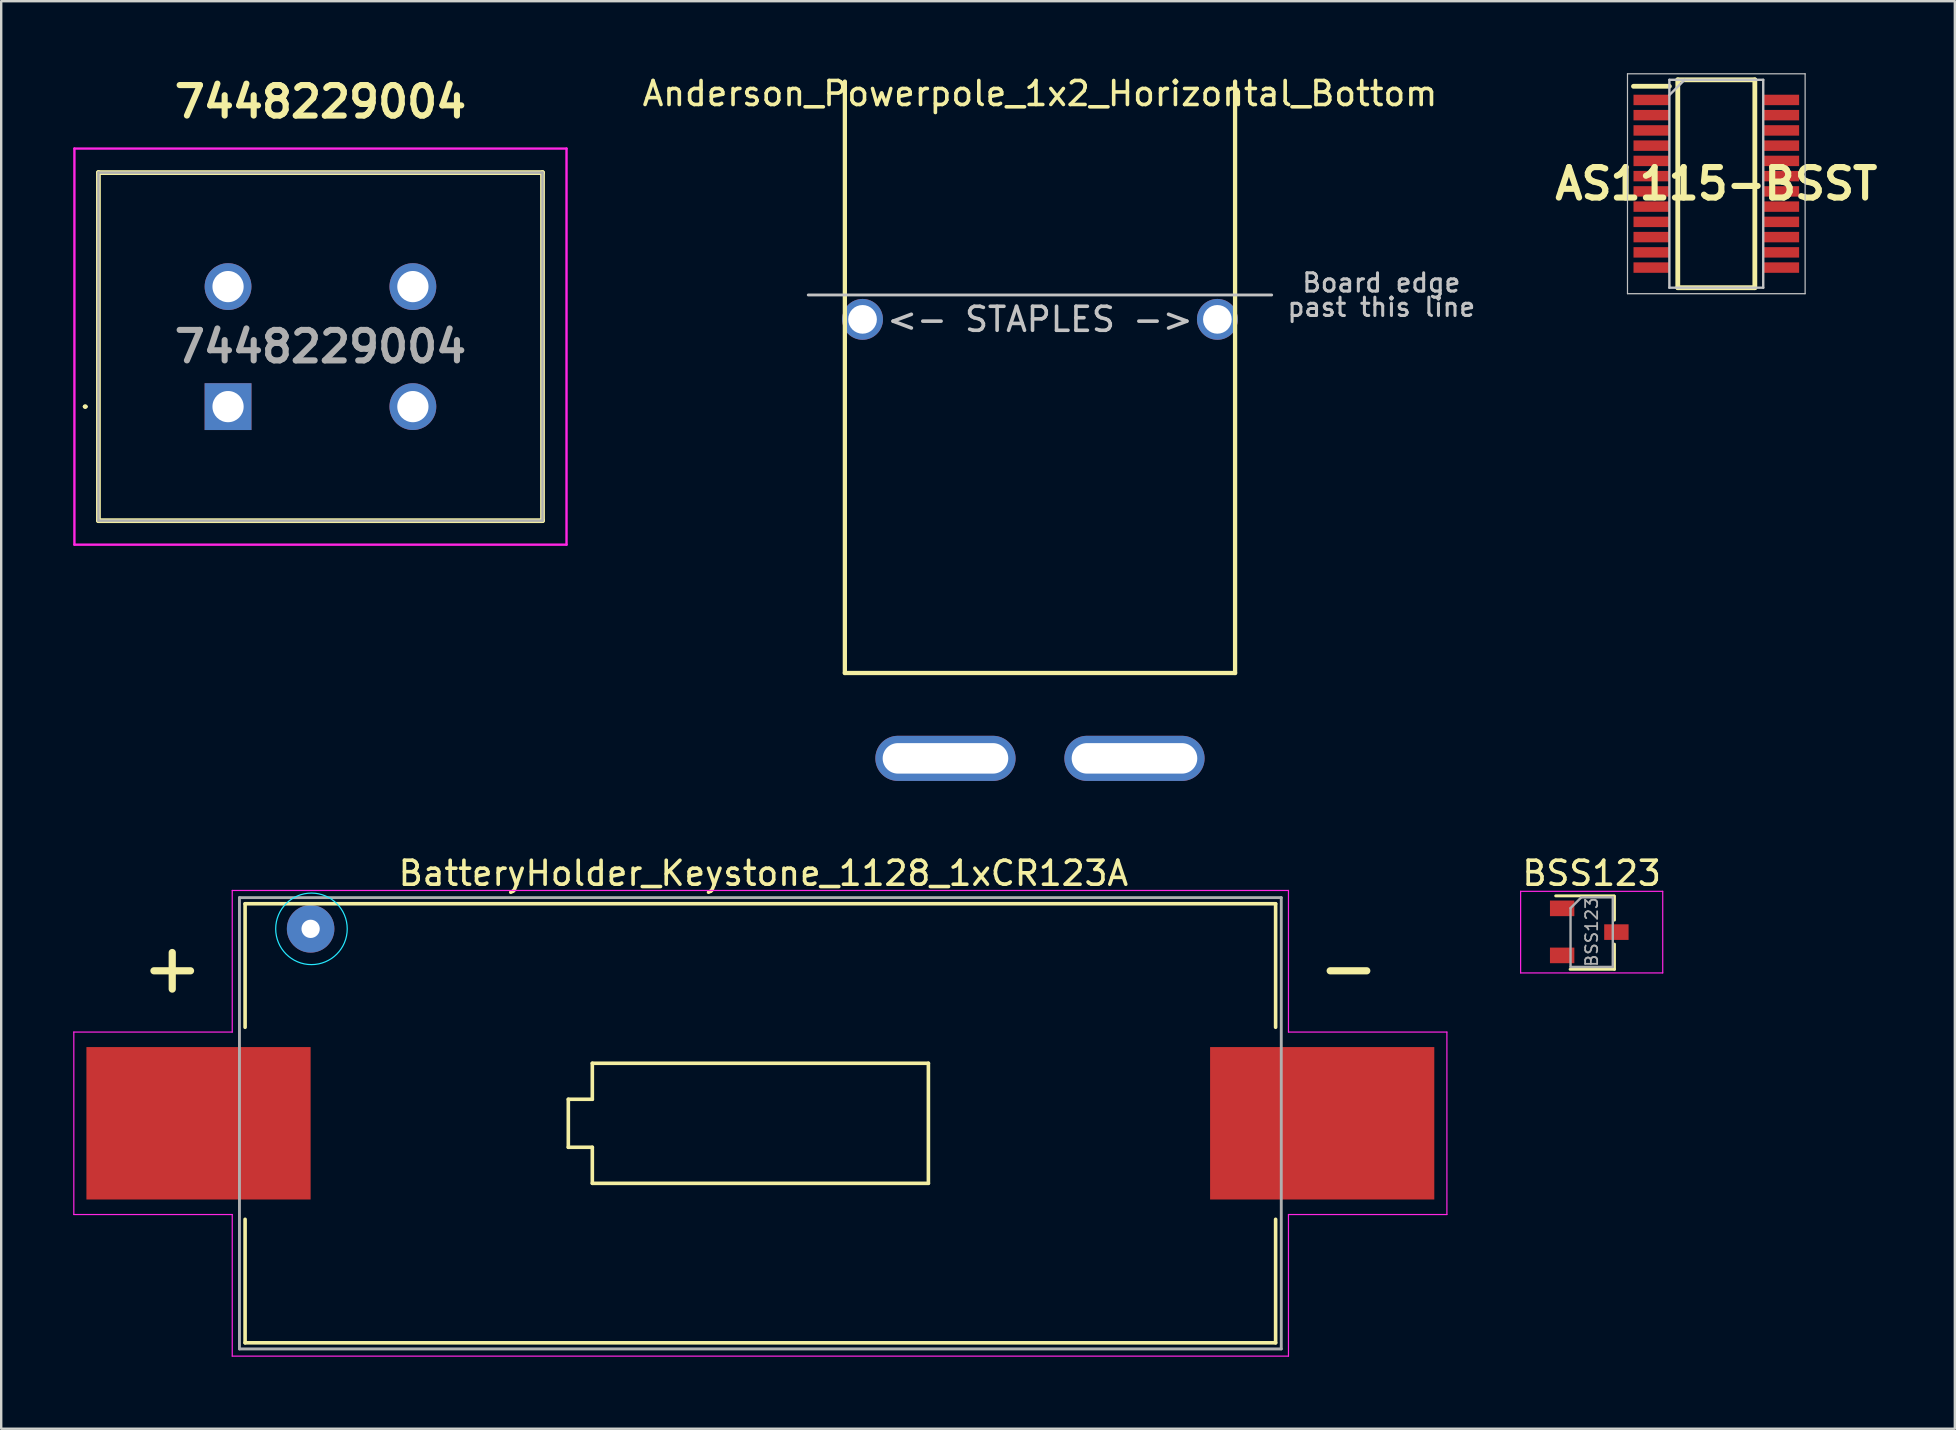
<source format=kicad_pcb>
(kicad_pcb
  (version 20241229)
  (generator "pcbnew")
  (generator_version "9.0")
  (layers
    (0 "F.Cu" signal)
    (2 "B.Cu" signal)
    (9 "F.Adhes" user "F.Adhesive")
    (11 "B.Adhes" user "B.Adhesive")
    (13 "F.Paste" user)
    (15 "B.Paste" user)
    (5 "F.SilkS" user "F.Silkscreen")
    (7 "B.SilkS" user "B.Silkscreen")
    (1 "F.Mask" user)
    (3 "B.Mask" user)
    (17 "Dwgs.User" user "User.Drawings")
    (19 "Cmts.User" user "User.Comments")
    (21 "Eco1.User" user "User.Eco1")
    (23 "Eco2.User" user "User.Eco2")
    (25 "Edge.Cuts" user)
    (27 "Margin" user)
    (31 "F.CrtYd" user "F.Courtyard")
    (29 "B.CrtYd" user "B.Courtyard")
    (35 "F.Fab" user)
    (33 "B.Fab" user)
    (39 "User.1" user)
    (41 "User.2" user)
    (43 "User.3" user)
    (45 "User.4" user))
  (footprint "AS1115-BSST"
    (layer "F.Cu")
    (at 68.448 4.605)
    (property "Reference" "AS1115-BSST" (at 0 0 0) (layer "F.SilkS") (effects (font (size 1.27 1.27) (thickness 0.254))))
    (attr smd)
    (fp_line (start -3.45 -4.06) (end -1.955 -4.06) (stroke (width 0.2) (type solid)) (layer "F.SilkS"))
    (fp_line (start -1.605 -4.33) (end 1.605 -4.33) (stroke (width 0.2) (type solid)) (layer "F.SilkS"))
    (fp_line (start -1.605 4.33) (end -1.605 -4.33) (stroke (width 0.2) (type solid)) (layer "F.SilkS"))
    (fp_line (start 1.605 -4.33) (end 1.605 4.33) (stroke (width 0.2) (type solid)) (layer "F.SilkS"))
    (fp_line (start 1.605 4.33) (end -1.605 4.33) (stroke (width 0.2) (type solid)) (layer "F.SilkS"))
    (fp_line (start -3.7 -4.58) (end 3.7 -4.58) (stroke (width 0.05) (type solid)) (layer "Dwgs.User"))
    (fp_line (start -3.7 4.58) (end -3.7 -4.58) (stroke (width 0.05) (type solid)) (layer "Dwgs.User"))
    (fp_line (start -1.955 -4.33) (end 1.955 -4.33) (stroke (width 0.1) (type solid)) (layer "Dwgs.User"))
    (fp_line (start -1.955 -3.695) (end -1.32 -4.33) (stroke (width 0.1) (type solid)) (layer "Dwgs.User"))
    (fp_line (start -1.955 4.33) (end -1.955 -4.33) (stroke (width 0.1) (type solid)) (layer "Dwgs.User"))
    (fp_line (start 1.955 -4.33) (end 1.955 4.33) (stroke (width 0.1) (type solid)) (layer "Dwgs.User"))
    (fp_line (start 1.955 4.33) (end -1.955 4.33) (stroke (width 0.1) (type solid)) (layer "Dwgs.User"))
    (fp_line (start 3.7 -4.58) (end 3.7 4.58) (stroke (width 0.05) (type solid)) (layer "Dwgs.User"))
    (fp_line (start 3.7 4.58) (end -3.7 4.58) (stroke (width 0.05) (type solid)) (layer "Dwgs.User"))
    (pad "1" smd rect (at -2.702 -3.492 90) (size 0.435 1.495) (layers "F.Cu" "F.Mask" "F.Paste"))
    (pad "2" smd rect (at -2.702 -2.858 90) (size 0.435 1.495) (layers "F.Cu" "F.Mask" "F.Paste"))
    (pad "3" smd rect (at -2.702 -2.222 90) (size 0.435 1.495) (layers "F.Cu" "F.Mask" "F.Paste"))
    (pad "4" smd rect (at -2.702 -1.588 90) (size 0.435 1.495) (layers "F.Cu" "F.Mask" "F.Paste"))
    (pad "5" smd rect (at -2.702 -0.952 90) (size 0.435 1.495) (layers "F.Cu" "F.Mask" "F.Paste"))
    (pad "6" smd rect (at -2.702 -0.318 90) (size 0.435 1.495) (layers "F.Cu" "F.Mask" "F.Paste"))
    (pad "7" smd rect (at -2.702 0.318 90) (size 0.435 1.495) (layers "F.Cu" "F.Mask" "F.Paste"))
    (pad "8" smd rect (at -2.702 0.952 90) (size 0.435 1.495) (layers "F.Cu" "F.Mask" "F.Paste"))
    (pad "9" smd rect (at -2.702 1.588 90) (size 0.435 1.495) (layers "F.Cu" "F.Mask" "F.Paste"))
    (pad "10" smd rect (at -2.702 2.222 90) (size 0.435 1.495) (layers "F.Cu" "F.Mask" "F.Paste"))
    (pad "11" smd rect (at -2.702 2.858 90) (size 0.435 1.495) (layers "F.Cu" "F.Mask" "F.Paste"))
    (pad "12" smd rect (at -2.702 3.492 90) (size 0.435 1.495) (layers "F.Cu" "F.Mask" "F.Paste"))
    (pad "13" smd rect (at 2.702 3.492 90) (size 0.435 1.495) (layers "F.Cu" "F.Mask" "F.Paste"))
    (pad "14" smd rect (at 2.702 2.858 90) (size 0.435 1.495) (layers "F.Cu" "F.Mask" "F.Paste"))
    (pad "15" smd rect (at 2.702 2.222 90) (size 0.435 1.495) (layers "F.Cu" "F.Mask" "F.Paste"))
    (pad "16" smd rect (at 2.702 1.588 90) (size 0.435 1.495) (layers "F.Cu" "F.Mask" "F.Paste"))
    (pad "17" smd rect (at 2.702 0.952 90) (size 0.435 1.495) (layers "F.Cu" "F.Mask" "F.Paste"))
    (pad "18" smd rect (at 2.702 0.318 90) (size 0.435 1.495) (layers "F.Cu" "F.Mask" "F.Paste"))
    (pad "19" smd rect (at 2.702 -0.318 90) (size 0.435 1.495) (layers "F.Cu" "F.Mask" "F.Paste"))
    (pad "20" smd rect (at 2.702 -0.952 90) (size 0.435 1.495) (layers "F.Cu" "F.Mask" "F.Paste"))
    (pad "21" smd rect (at 2.702 -1.588 90) (size 0.435 1.495) (layers "F.Cu" "F.Mask" "F.Paste"))
    (pad "22" smd rect (at 2.702 -2.222 90) (size 0.435 1.495) (layers "F.Cu" "F.Mask" "F.Paste"))
    (pad "23" smd rect (at 2.702 -2.858 90) (size 0.435 1.495) (layers "F.Cu" "F.Mask" "F.Paste"))
    (pad "24" smd rect (at 2.702 -3.492 90) (size 0.435 1.495) (layers "F.Cu" "F.Mask" "F.Paste")))
  (footprint "Anderson_Powerpole_1x2_Horizontal_Bottom"
    (layer "F.Cu")
    (at 40.273 0.348)
    (property "Reference" "Anderson_Powerpole_1x2_Horizontal_Bottom" (at 0 0.5 0) (layer "F.SilkS") (effects (font (size 1 1) (thickness 0.15))))
    (attr through_hole)
    (fp_line (start -8.128 0) (end -8.128 24.638) (stroke (width 0.178) (type solid)) (layer "F.SilkS"))
    (fp_line (start 8.128 0) (end 8.128 24.638) (stroke (width 0.178) (type solid)) (layer "F.SilkS"))
    (fp_line (start 8.128 24.638) (end -8.128 24.638) (stroke (width 0.178) (type solid)) (layer "F.SilkS"))
    (fp_line (start -9.652 8.89) (end 9.652 8.89) (stroke (width 0.12) (type solid)) (layer "Dwgs.User"))
    (fp_text user "past this line" (at 14.224 9.398 0) (layer "Dwgs.User") (effects (font (size 0.762 0.762) (thickness 0.127))))
    (fp_text user "Board edge" (at 14.224 8.382 0) (layer "Dwgs.User") (effects (font (size 0.762 0.762) (thickness 0.127))))
    (fp_text user "<- STAPLES ->" (at 0 9.906 0) (layer "Dwgs.User") (effects (font (size 1 1) (thickness 0.15))))
    (pad "" thru_hole circle (at -7.391 9.906) (size 1.702 1.702) (drill 1.194) (layers "*.Cu" "*.Mask"))
    (pad "" thru_hole circle (at 7.391 9.906) (size 1.702 1.702) (drill 1.194) (layers "*.Cu" "*.Mask"))
    (pad "1" thru_hole oval (at -3.937 28.194) (size 5.842 1.88) (drill oval 5.232 1.27) (layers "*.Cu" "*.Mask"))
    (pad "2" thru_hole oval (at 3.937 28.194) (size 5.842 1.88) (drill oval 5.232 1.27) (layers "*.Cu" "*.Mask")))
  (footprint "BatteryHolder_Keystone_1128_1xCR123A"
    (layer "F.Cu")
    (at 28.625 43.744)
    (property "Reference" "BatteryHolder_Keystone_1128_1xCR123A" (at 0.127 -10.414 0) (layer "F.SilkS") (effects (font (size 1 1) (thickness 0.15))))
    (attr through_hole)
    (fp_line (start -21.465 -9.145) (end -21.465 -4) (stroke (width 0.15) (type solid)) (layer "F.SilkS"))
    (fp_line (start -21.465 -9.145) (end 21.465 -9.145) (stroke (width 0.15) (type solid)) (layer "F.SilkS"))
    (fp_line (start -21.465 9.145) (end -21.465 4) (stroke (width 0.15) (type solid)) (layer "F.SilkS"))
    (fp_line (start -21.465 9.145) (end 21.465 9.145) (stroke (width 0.15) (type solid)) (layer "F.SilkS"))
    (fp_line (start -8 -1) (end -7 -1) (stroke (width 0.15) (type solid)) (layer "F.SilkS"))
    (fp_line (start -8 1) (end -8 -1) (stroke (width 0.15) (type solid)) (layer "F.SilkS"))
    (fp_line (start -7 -2.5) (end 7 -2.5) (stroke (width 0.15) (type solid)) (layer "F.SilkS"))
    (fp_line (start -7 -1) (end -7 -2.5) (stroke (width 0.15) (type solid)) (layer "F.SilkS"))
    (fp_line (start -7 1) (end -8 1) (stroke (width 0.15) (type solid)) (layer "F.SilkS"))
    (fp_line (start -7 2.5) (end -7 1) (stroke (width 0.15) (type solid)) (layer "F.SilkS"))
    (fp_line (start 7 -2.5) (end 7 2.5) (stroke (width 0.15) (type solid)) (layer "F.SilkS"))
    (fp_line (start 7 2.5) (end -7 2.5) (stroke (width 0.15) (type solid)) (layer "F.SilkS"))
    (fp_line (start 21.465 -9.145) (end 21.465 -4) (stroke (width 0.15) (type solid)) (layer "F.SilkS"))
    (fp_line (start 21.465 4) (end 21.465 9.145) (stroke (width 0.15) (type solid)) (layer "F.SilkS"))
    (fp_circle (center -18.7 -8.1) (end -17.21 -8.1) (stroke (width 0.05) (type solid)) (fill no) (layer "B.CrtYd"))
    (fp_line (start -28.6 -3.8) (end -28.6 3.8) (stroke (width 0.05) (type solid)) (layer "F.CrtYd"))
    (fp_line (start -28.6 3.8) (end -22 3.8) (stroke (width 0.05) (type solid)) (layer "F.CrtYd"))
    (fp_line (start -22 -9.7) (end -22 -3.8) (stroke (width 0.05) (type solid)) (layer "F.CrtYd"))
    (fp_line (start -22 -3.8) (end -28.6 -3.8) (stroke (width 0.05) (type solid)) (layer "F.CrtYd"))
    (fp_line (start -22 3.8) (end -22 9.7) (stroke (width 0.05) (type solid)) (layer "F.CrtYd"))
    (fp_line (start 22 -9.7) (end -22 -9.7) (stroke (width 0.05) (type solid)) (layer "F.CrtYd"))
    (fp_line (start 22 -3.8) (end 22 -9.7) (stroke (width 0.05) (type solid)) (layer "F.CrtYd"))
    (fp_line (start 22 3.8) (end 28.6 3.8) (stroke (width 0.05) (type solid)) (layer "F.CrtYd"))
    (fp_line (start 22 9.7) (end -22 9.7) (stroke (width 0.05) (type solid)) (layer "F.CrtYd"))
    (fp_line (start 22 9.7) (end 22 3.8) (stroke (width 0.05) (type solid)) (layer "F.CrtYd"))
    (fp_line (start 28.6 -3.8) (end 22 -3.8) (stroke (width 0.05) (type solid)) (layer "F.CrtYd"))
    (fp_line (start 28.6 3.8) (end 28.6 -3.8) (stroke (width 0.05) (type solid)) (layer "F.CrtYd"))
    (fp_line (start -21.7 -9.4) (end 21.7 -9.4) (stroke (width 0.12) (type solid)) (layer "F.Fab"))
    (fp_line (start -21.7 9.4) (end -21.7 -9.4) (stroke (width 0.12) (type solid)) (layer "F.Fab"))
    (fp_line (start 21.7 -9.4) (end 21.7 9.4) (stroke (width 0.12) (type solid)) (layer "F.Fab"))
    (fp_line (start 21.7 9.4) (end -21.7 9.4) (stroke (width 0.12) (type solid)) (layer "F.Fab"))
    (fp_text user "-" (at 24.5 -6.5 0) (layer "F.SilkS") (effects (font (size 2 2) (thickness 0.3))))
    (fp_text user "+" (at -24.5 -6.5 0) (layer "F.SilkS") (effects (font (size 2 2) (thickness 0.3))))
    (pad "" np_thru_hole circle (at -18.735 -8.1) (size 1.98 1.98) (drill 0.762) (layers "*.Cu" "*.Mask"))
    (pad "1" smd rect (at -23.405 0) (size 9.34 6.35) (layers "F.Cu" "F.Mask" "F.Paste"))
    (pad "2" smd rect (at 23.405 0) (size 9.34 6.35) (layers "F.Cu" "F.Mask" "F.Paste")))
  (footprint "7448229004"
    (layer "F.Cu")
    (at 6.45 13.889)
    (property "Reference" "7448229004" (at 3.85 -12.7 0) (layer "F.SilkS") (effects (font (size 1.27 1.27) (thickness 0.254))))
    (attr through_hole)
    (fp_line (start -6 0) (end -6 0) (stroke (width 0.1) (type solid)) (layer "F.SilkS"))
    (fp_line (start -5.9 0) (end -5.9 0) (stroke (width 0.1) (type solid)) (layer "F.SilkS"))
    (fp_line (start -5.4 -9.75) (end 13.1 -9.75) (stroke (width 0.2) (type solid)) (layer "F.SilkS"))
    (fp_line (start -5.4 4.75) (end -5.4 -9.75) (stroke (width 0.2) (type solid)) (layer "F.SilkS"))
    (fp_line (start 13.1 -9.75) (end 13.1 4.75) (stroke (width 0.2) (type solid)) (layer "F.SilkS"))
    (fp_line (start 13.1 4.75) (end -5.4 4.75) (stroke (width 0.2) (type solid)) (layer "F.SilkS"))
    (fp_arc (start -6 0) (mid -5.95 -0.05) (end -5.9 0) (stroke (width 0.1) (type solid)) (layer "F.SilkS"))
    (fp_arc (start -5.9 0) (mid -5.95 0.05) (end -6 0) (stroke (width 0.1) (type solid)) (layer "F.SilkS"))
    (fp_line (start -6.4 -10.75) (end 14.1 -10.75) (stroke (width 0.1) (type solid)) (layer "F.CrtYd"))
    (fp_line (start -6.4 5.75) (end -6.4 -10.75) (stroke (width 0.1) (type solid)) (layer "F.CrtYd"))
    (fp_line (start 14.1 -10.75) (end 14.1 5.75) (stroke (width 0.1) (type solid)) (layer "F.CrtYd"))
    (fp_line (start 14.1 5.75) (end -6.4 5.75) (stroke (width 0.1) (type solid)) (layer "F.CrtYd"))
    (fp_line (start -5.4 -9.75) (end 13.1 -9.75) (stroke (width 0.1) (type solid)) (layer "F.Fab"))
    (fp_line (start -5.4 4.75) (end -5.4 -9.75) (stroke (width 0.1) (type solid)) (layer "F.Fab"))
    (fp_line (start 13.1 -9.75) (end 13.1 4.75) (stroke (width 0.1) (type solid)) (layer "F.Fab"))
    (fp_line (start 13.1 4.75) (end -5.4 4.75) (stroke (width 0.1) (type solid)) (layer "F.Fab"))
    (fp_text user "${REFERENCE}" (at 3.85 -2.5 0) (layer "F.Fab") (effects (font (size 1.27 1.27) (thickness 0.254))))
    (pad "1" thru_hole rect (at 0 0) (size 1.95 1.95) (drill 1.3) (layers "*.Cu" "*.Mask"))
    (pad "2" thru_hole circle (at 0 -5) (size 1.95 1.95) (drill 1.3) (layers "*.Cu" "*.Mask"))
    (pad "3" thru_hole circle (at 7.7 -5) (size 1.95 1.95) (drill 1.3) (layers "*.Cu" "*.Mask"))
    (pad "4" thru_hole circle (at 7.7 0) (size 1.95 1.95) (drill 1.3) (layers "*.Cu" "*.Mask")))
  (footprint "BSS123"
    (layer "F.Cu")
    (at 63.256 35.78)
    (property "Reference" "BSS123" (at 0 -2.45 0) (layer "F.SilkS") (effects (font (size 1 1) (thickness 0.15))))
    (attr smd)
    (fp_line (start 0.93 -1.51) (end -1.5 -1.51) (stroke (width 0.12) (type solid)) (layer "F.SilkS"))
    (fp_line (start 0.95 -1.5) (end 0.95 -0.5) (stroke (width 0.12) (type solid)) (layer "F.SilkS"))
    (fp_line (start 0.95 0.5) (end 0.95 1.55) (stroke (width 0.12) (type solid)) (layer "F.SilkS"))
    (fp_line (start 0.95 1.55) (end -0.9 1.55) (stroke (width 0.12) (type solid)) (layer "F.SilkS"))
    (fp_line (start -2.96 -1.7) (end -2.96 1.7) (stroke (width 0.05) (type solid)) (layer "F.CrtYd"))
    (fp_line (start -2.96 -1.7) (end 2.96 -1.7) (stroke (width 0.05) (type solid)) (layer "F.CrtYd"))
    (fp_line (start 2.96 1.7) (end -2.96 1.7) (stroke (width 0.05) (type solid)) (layer "F.CrtYd"))
    (fp_line (start 2.96 1.7) (end 2.96 -1.7) (stroke (width 0.05) (type solid)) (layer "F.CrtYd"))
    (fp_line (start -0.88 -1) (end -0.88 1.45) (stroke (width 0.1) (type solid)) (layer "F.Fab"))
    (fp_line (start -0.88 -1) (end -0.43 -1.45) (stroke (width 0.1) (type solid)) (layer "F.Fab"))
    (fp_line (start 0.88 -1.45) (end -0.43 -1.45) (stroke (width 0.1) (type solid)) (layer "F.Fab"))
    (fp_line (start 0.88 -1.45) (end 0.88 1.45) (stroke (width 0.1) (type solid)) (layer "F.Fab"))
    (fp_line (start 0.88 1.45) (end -0.88 1.45) (stroke (width 0.1) (type solid)) (layer "F.Fab"))
    (fp_text user "${REFERENCE}" (at 0 0 270) (layer "F.Fab") (effects (font (size 0.5 0.5) (thickness 0.075))))
    (pad "1" smd rect (at -1.23 -0.99) (size 1.016 0.65) (layers "F.Cu" "F.Mask" "F.Paste"))
    (pad "2" smd rect (at -1.23 0.97) (size 1.016 0.65) (layers "F.Cu" "F.Mask" "F.Paste"))
    (pad "3" smd rect (at 1.03 0) (size 1.016 0.65) (layers "F.Cu" "F.Mask" "F.Paste")))
  (gr_rect
    (start -3 -3)
    (end 78.385 56.469)
    (stroke (width 0.1) (type default))
    (fill no)
    (layer "Edge.Cuts")))
</source>
